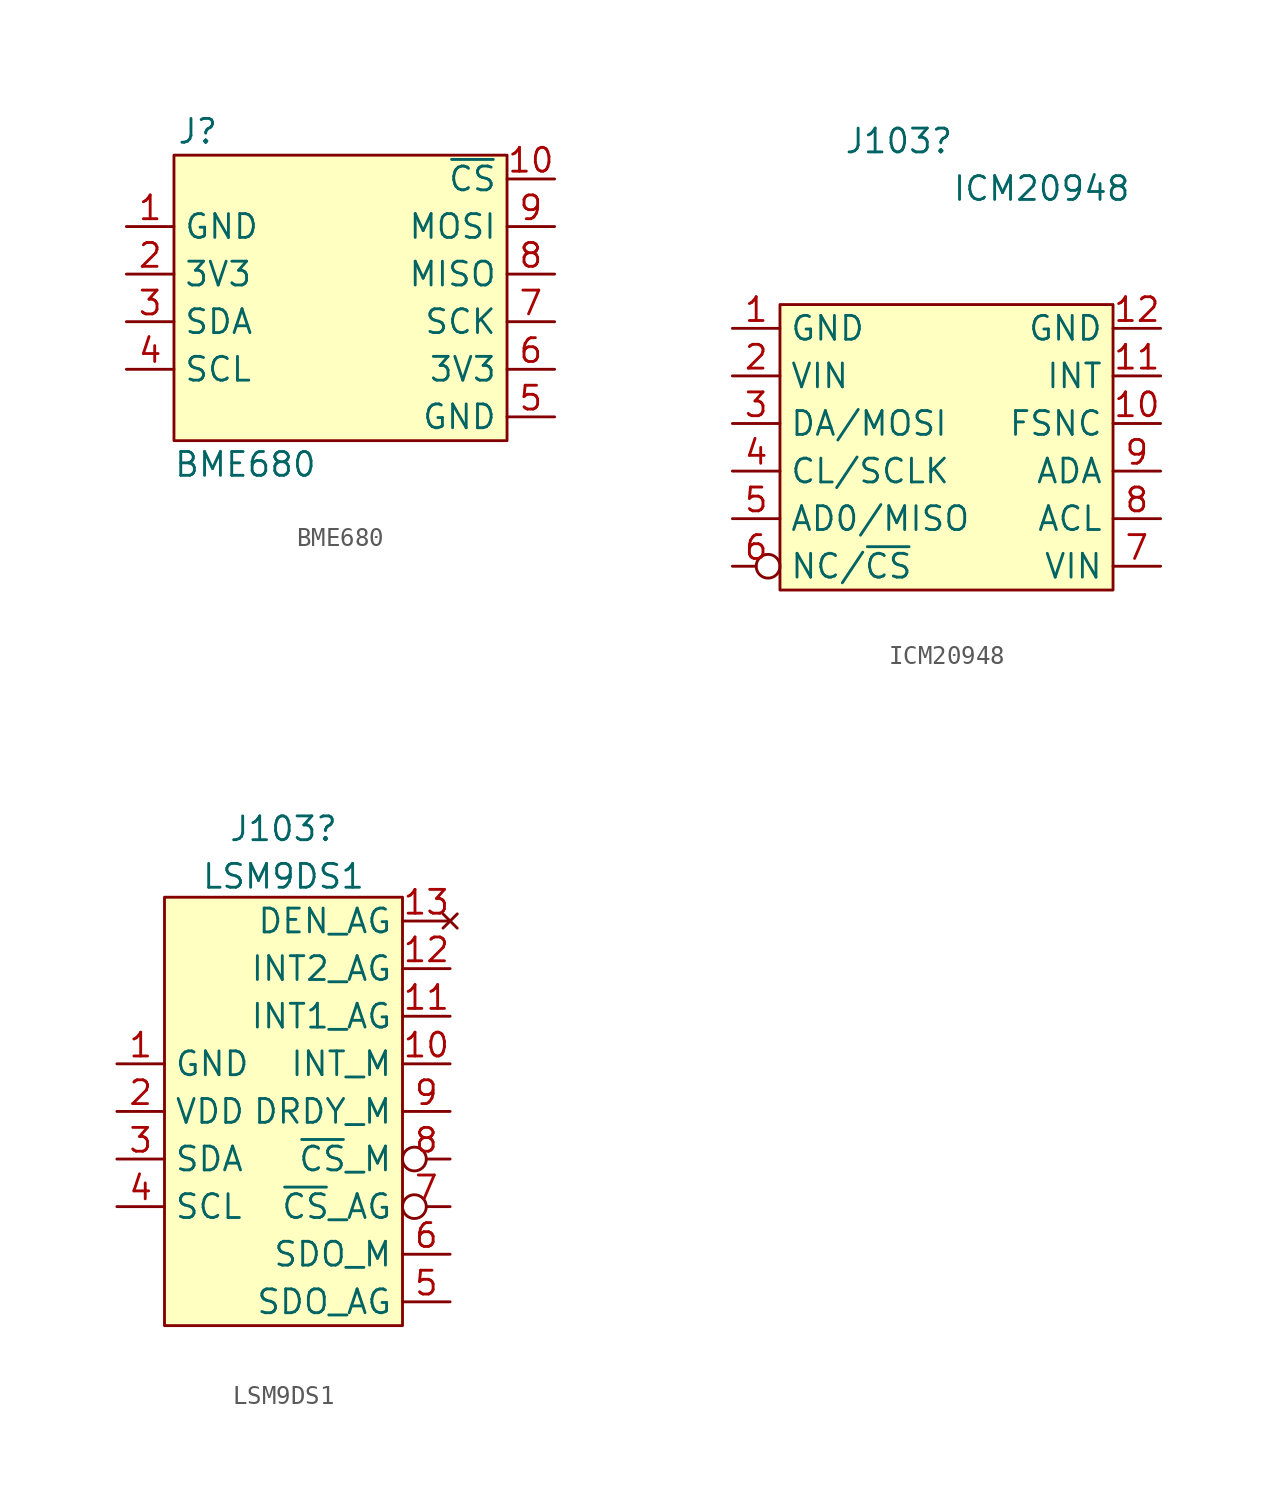
<source format=kicad_sym>
(kicad_symbol_lib
  (version 20211014)
  (generator kicad_symbol_editor)
  (symbol "BME680"
    (property "Reference" "J"
      (at 3.81 2.54 0)
      (effects (font (size 1.27 1.27))))
    (property "Value" "BME680"
      (at 6.35 -15.24 0)
      (effects (font (size 1.27 1.27))))
    (symbol "BME680_0_1"
      (rectangle (start 2.54 1.27) (end 20.32 -13.97) (stroke (width 0.152) (type default) (color 0 0 0 0)) (fill (type background))))
    (symbol "BME680_1_1"
      (pin power_in line (at 0 -2.54 0) (length 2.54) (name "GND" (effects (font (size 1.27 1.27)))) (number "1" (effects (font (size 1.27 1.27)))))
      (pin input line (at 22.86 0 180) (length 2.54) (name "~{CS}" (effects (font (size 1.27 1.27)))) (number "10" (effects (font (size 1.27 1.27)))))
      (pin power_in line (at 0 -5.08 0) (length 2.54) (name "3V3" (effects (font (size 1.27 1.27)))) (number "2" (effects (font (size 1.27 1.27)))))
      (pin bidirectional line (at 0 -7.62 0) (length 2.54) (name "SDA" (effects (font (size 1.27 1.27)))) (number "3" (effects (font (size 1.27 1.27)))))
      (pin input line (at 0 -10.16 0) (length 2.54) (name "SCL" (effects (font (size 1.27 1.27)))) (number "4" (effects (font (size 1.27 1.27)))))
      (pin power_in line (at 22.86 -12.7 180) (length 2.54) (name "GND" (effects (font (size 1.27 1.27)))) (number "5" (effects (font (size 1.27 1.27)))))
      (pin power_in line (at 22.86 -10.16 180) (length 2.54) (name "3V3" (effects (font (size 1.27 1.27)))) (number "6" (effects (font (size 1.27 1.27)))))
      (pin input line (at 22.86 -7.62 180) (length 2.54) (name "SCK" (effects (font (size 1.27 1.27)))) (number "7" (effects (font (size 1.27 1.27)))))
      (pin tri_state line (at 22.86 -5.08 180) (length 2.54) (name "MISO" (effects (font (size 1.27 1.27)))) (number "8" (effects (font (size 1.27 1.27)))))
      (pin input line (at 22.86 -2.54 180) (length 2.54) (name "MOSI" (effects (font (size 1.27 1.27)))) (number "9" (effects (font (size 1.27 1.27)))))))
  (symbol "ICM20948"
    (property "Reference" "J103"
      (at -1.27 15.079 0)
      (effects (font (size 1.27 1.27))))
    (property "Value" "ICM20948"
      (at 6.35 12.542 0)
      (effects (font (size 1.27 1.27))))
    (symbol "ICM20948_0_1"
      (rectangle (start -7.62 6.35) (end 10.16 -8.89) (stroke (width 0.152) (type default) (color 0 0 0 0)) (fill (type background))))
    (symbol "ICM20948_1_1"
      (pin power_in line (at -10.16 5.08 0) (length 2.54) (name "GND" (effects (font (size 1.27 1.27)))) (number "1" (effects (font (size 1.27 1.27)))))
      (pin bidirectional line (at 12.7 0 180) (length 2.54) (name "FSNC" (effects (font (size 1.27 1.27)))) (number "10" (effects (font (size 1.27 1.27)))))
      (pin output line (at 12.7 2.54 180) (length 2.54) (name "INT" (effects (font (size 1.27 1.27)))) (number "11" (effects (font (size 1.27 1.27)))))
      (pin output line (at 12.7 5.08 180) (length 2.54) (name "GND" (effects (font (size 1.27 1.27)))) (number "12" (effects (font (size 1.27 1.27)))))
      (pin power_in line (at -10.16 2.54 0) (length 2.54) (name "VIN" (effects (font (size 1.27 1.27)))) (number "2" (effects (font (size 1.27 1.27)))))
      (pin bidirectional line (at -10.16 0 0) (length 2.54) (name "DA/MOSI" (effects (font (size 1.27 1.27)))) (number "3" (effects (font (size 1.27 1.27)))))
      (pin input line (at -10.16 -2.54 0) (length 2.54) (name "CL/SCLK" (effects (font (size 1.27 1.27)))) (number "4" (effects (font (size 1.27 1.27)))))
      (pin input line (at -10.16 -5.08 0) (length 2.54) (name "AD0/MISO" (effects (font (size 1.27 1.27)))) (number "5" (effects (font (size 1.27 1.27)))))
      (pin input inverted (at -10.16 -7.62 0) (length 2.54) (name "NC/~{CS}" (effects (font (size 1.27 1.27)))) (number "6" (effects (font (size 1.27 1.27)))))
      (pin power_in line (at 12.7 -7.62 180) (length 2.54) (name "VIN" (effects (font (size 1.27 1.27)))) (number "7" (effects (font (size 1.27 1.27)))))
      (pin output line (at 12.7 -5.08 180) (length 2.54) (name "ACL" (effects (font (size 1.27 1.27)))) (number "8" (effects (font (size 1.27 1.27)))))
      (pin bidirectional line (at 12.7 -2.54 180) (length 2.54) (name "ADA" (effects (font (size 1.27 1.27)))) (number "9" (effects (font (size 1.27 1.27)))))))
  (symbol "LSM9DS1"
    (property "Reference" "J103"
      (at -1.27 15.079 0)
      (effects (font (size 1.27 1.27))))
    (property "Value" "LSM9DS1"
      (at -1.27 12.542 0)
      (effects (font (size 1.27 1.27))))
    (symbol "LSM9DS1_0_1"
      (rectangle (start 5.08 11.43) (end -7.62 -11.43) (stroke (width 0.152) (type default) (color 0 0 0 0)) (fill (type background))))
    (symbol "LSM9DS1_1_1"
      (pin power_in line (at -10.16 2.54 0) (length 2.54) (name "GND" (effects (font (size 1.27 1.27)))) (number "1" (effects (font (size 1.27 1.27)))))
      (pin output line (at 7.62 2.54 180) (length 2.54) (name "INT_M" (effects (font (size 1.27 1.27)))) (number "10" (effects (font (size 1.27 1.27)))))
      (pin output line (at 7.62 5.08 180) (length 2.54) (name "INT1_AG" (effects (font (size 1.27 1.27)))) (number "11" (effects (font (size 1.27 1.27)))))
      (pin output line (at 7.62 7.62 180) (length 2.54) (name "INT2_AG" (effects (font (size 1.27 1.27)))) (number "12" (effects (font (size 1.27 1.27)))))
      (pin no_connect line (at 7.62 10.16 180) (length 2.54) (name "DEN_AG" (effects (font (size 1.27 1.27)))) (number "13" (effects (font (size 1.27 1.27)))))
      (pin power_in line (at -10.16 0 0) (length 2.54) (name "VDD" (effects (font (size 1.27 1.27)))) (number "2" (effects (font (size 1.27 1.27)))))
      (pin bidirectional line (at -10.16 -2.54 0) (length 2.54) (name "SDA" (effects (font (size 1.27 1.27)))) (number "3" (effects (font (size 1.27 1.27)))))
      (pin input line (at -10.16 -5.08 0) (length 2.54) (name "SCL" (effects (font (size 1.27 1.27)))) (number "4" (effects (font (size 1.27 1.27)))))
      (pin tri_state line (at 7.62 -10.16 180) (length 2.54) (name "SDO_AG" (effects (font (size 1.27 1.27)))) (number "5" (effects (font (size 1.27 1.27)))))
      (pin tri_state line (at 7.62 -7.62 180) (length 2.54) (name "SDO_M" (effects (font (size 1.27 1.27)))) (number "6" (effects (font (size 1.27 1.27)))))
      (pin input inverted (at 7.62 -5.08 180) (length 2.54) (name "~{CS}_AG" (effects (font (size 1.27 1.27)))) (number "7" (effects (font (size 1.27 1.27)))))
      (pin input inverted (at 7.62 -2.54 180) (length 2.54) (name "~{CS}_M" (effects (font (size 1.27 1.27)))) (number "8" (effects (font (size 1.27 1.27)))))
      (pin output line (at 7.62 0 180) (length 2.54) (name "DRDY_M" (effects (font (size 1.27 1.27)))) (number "9" (effects (font (size 1.27 1.27))))))))
</source>
